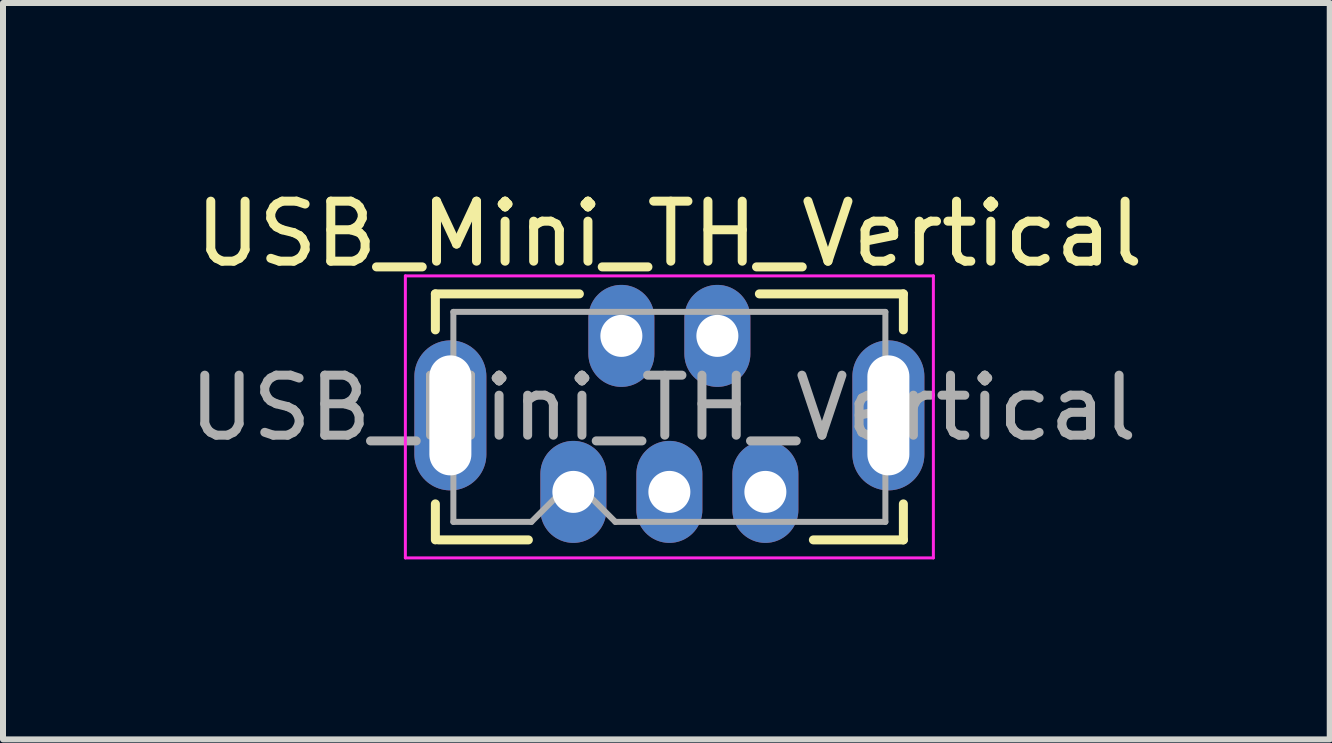
<source format=kicad_pcb>
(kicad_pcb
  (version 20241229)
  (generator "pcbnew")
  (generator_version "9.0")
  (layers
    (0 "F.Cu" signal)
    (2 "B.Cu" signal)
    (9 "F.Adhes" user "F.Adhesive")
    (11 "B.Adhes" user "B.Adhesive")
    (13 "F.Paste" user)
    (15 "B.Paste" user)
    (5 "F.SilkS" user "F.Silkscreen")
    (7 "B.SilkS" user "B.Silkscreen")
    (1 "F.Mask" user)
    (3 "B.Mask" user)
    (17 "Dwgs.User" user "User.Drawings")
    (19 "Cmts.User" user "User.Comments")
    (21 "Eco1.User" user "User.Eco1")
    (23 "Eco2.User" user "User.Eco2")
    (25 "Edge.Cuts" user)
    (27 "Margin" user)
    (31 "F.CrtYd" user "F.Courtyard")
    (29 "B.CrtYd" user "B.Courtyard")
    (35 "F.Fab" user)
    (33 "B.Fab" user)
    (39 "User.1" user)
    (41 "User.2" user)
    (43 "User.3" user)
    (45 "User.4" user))
  (footprint "USB_Mini_TH_Vertical"
    (layer "F.Cu")
    (at 8.106 3.848)
    (property "Reference" "USB_Mini_TH_Vertical" (at 0 -3 0) (unlocked yes) (layer "F.SilkS") (effects (font (size 1 1) (thickness 0.15))))
    (attr through_hole)
    (fp_line (start -3.9 -2) (end -1.5 -2) (stroke (width 0.15) (type solid)) (layer "F.SilkS"))
    (fp_line (start -3.9 -1.4) (end -3.9 -2) (stroke (width 0.15) (type solid)) (layer "F.SilkS"))
    (fp_line (start -3.9 1.5) (end -3.9 2.1) (stroke (width 0.15) (type solid)) (layer "F.SilkS"))
    (fp_line (start -3.85 2.1) (end -2.35 2.1) (stroke (width 0.15) (type solid)) (layer "F.SilkS"))
    (fp_line (start 1.5 -2) (end 3.9 -2) (stroke (width 0.15) (type solid)) (layer "F.SilkS"))
    (fp_line (start 2.4 2.1) (end 3.9 2.1) (stroke (width 0.15) (type solid)) (layer "F.SilkS"))
    (fp_line (start 3.9 -2) (end 3.9 -1.4) (stroke (width 0.15) (type solid)) (layer "F.SilkS"))
    (fp_line (start 3.9 2.1) (end 3.9 1.5) (stroke (width 0.15) (type solid)) (layer "F.SilkS"))
    (fp_line (start -4.4 -2.3) (end -4.4 2.4) (stroke (width 0.05) (type solid)) (layer "F.CrtYd"))
    (fp_line (start -4.4 2.4) (end 4.4 2.4) (stroke (width 0.05) (type solid)) (layer "F.CrtYd"))
    (fp_line (start 4.4 -2.3) (end -4.4 -2.3) (stroke (width 0.05) (type solid)) (layer "F.CrtYd"))
    (fp_line (start 4.4 2.4) (end 4.4 -2.3) (stroke (width 0.05) (type solid)) (layer "F.CrtYd"))
    (fp_line (start -3.6 1.8) (end -3.6 -1.7) (stroke (width 0.1) (type solid)) (layer "F.Fab"))
    (fp_line (start -3.6 1.8) (end -2.3 1.8) (stroke (width 0.1) (type solid)) (layer "F.Fab"))
    (fp_line (start -2.3 1.8) (end -1.6 1.1) (stroke (width 0.1) (type solid)) (layer "F.Fab"))
    (fp_line (start -1.6 1.1) (end -0.9 1.8) (stroke (width 0.1) (type solid)) (layer "F.Fab"))
    (fp_line (start -0.9 1.8) (end 3.6 1.8) (stroke (width 0.1) (type solid)) (layer "F.Fab"))
    (fp_line (start 3.6 -1.7) (end -3.6 -1.7) (stroke (width 0.1) (type solid)) (layer "F.Fab"))
    (fp_line (start 3.6 -1.7) (end 3.6 1.8) (stroke (width 0.1) (type solid)) (layer "F.Fab"))
    (fp_text user "${REFERENCE}" (at -0.1 -0.1 0) (layer "F.Fab") (effects (font (size 1 1) (thickness 0.15))))
    (pad "1" thru_hole oval (at -1.6 1.3) (size 1.1 1.7) (drill 0.7) (layers "*.Cu" "*.Mask"))
    (pad "2" thru_hole oval (at -0.8 -1.3) (size 1.1 1.7) (drill 0.7) (layers "*.Cu" "*.Mask"))
    (pad "3" thru_hole oval (at 0 1.3) (size 1.1 1.7) (drill 0.7) (layers "*.Cu" "*.Mask"))
    (pad "4" thru_hole oval (at 0.8 -1.3) (size 1.1 1.7) (drill 0.7) (layers "*.Cu" "*.Mask"))
    (pad "5" thru_hole oval (at 1.6 1.3) (size 1.1 1.7) (drill 0.7) (layers "*.Cu" "*.Mask"))
    (pad "S" thru_hole oval (at -3.65 0.025) (size 1.2 2.5) (drill oval 0.7 2) (layers "*.Cu" "*.Mask"))
    (pad "S" thru_hole oval (at 3.65 0.025) (size 1.2 2.5) (drill oval 0.7 2) (layers "*.Cu" "*.Mask")))
  (gr_rect
    (start -3 -3)
    (end 19.112 9.273)
    (stroke (width 0.1) (type default))
    (fill no)
    (layer "Edge.Cuts")))
</source>
